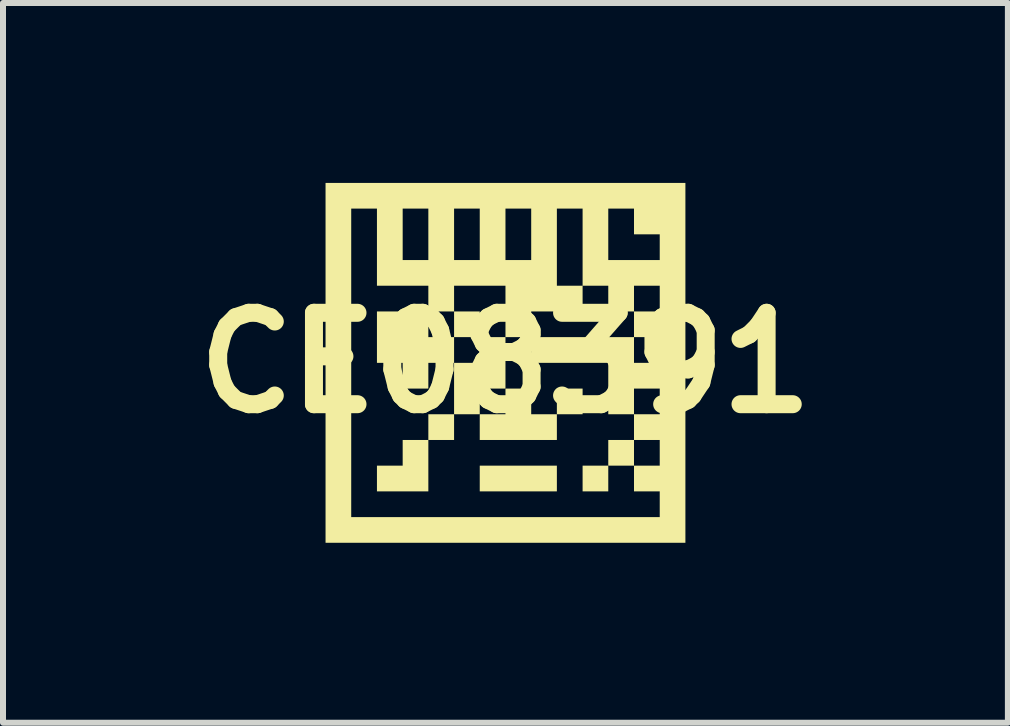
<source format=kicad_pcb>
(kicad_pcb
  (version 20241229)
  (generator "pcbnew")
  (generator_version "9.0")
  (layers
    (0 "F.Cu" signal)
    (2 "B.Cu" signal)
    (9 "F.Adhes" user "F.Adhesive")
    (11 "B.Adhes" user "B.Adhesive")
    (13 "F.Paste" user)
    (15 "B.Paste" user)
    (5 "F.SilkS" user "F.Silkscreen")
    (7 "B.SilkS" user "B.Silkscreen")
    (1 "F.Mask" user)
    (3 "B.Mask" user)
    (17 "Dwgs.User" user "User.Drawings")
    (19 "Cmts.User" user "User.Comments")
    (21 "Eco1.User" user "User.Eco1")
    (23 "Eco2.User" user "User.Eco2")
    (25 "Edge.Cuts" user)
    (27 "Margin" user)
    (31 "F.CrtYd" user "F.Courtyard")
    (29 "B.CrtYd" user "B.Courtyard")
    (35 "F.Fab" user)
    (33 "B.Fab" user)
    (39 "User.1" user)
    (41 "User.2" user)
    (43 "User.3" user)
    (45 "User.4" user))
  (footprint "CE08391"
    (layer "F.Cu")
    (at 5.378 3)
    (property "Reference" "CE08391" (at 0 0 0) (layer "F.SilkS") (effects (font (size 1.524 1.524) (thickness 0.3))))
    (attr board_only exclude_from_pos_files exclude_from_bom)
    (fp_poly (pts (xy -0.857 1.286) (xy -1.286 1.286) (xy -1.286 0.857) (xy -0.857 0.857)) (stroke (width 0) (type solid)) (fill yes) (layer "F.SilkS"))
    (fp_poly (pts (xy 0.857 2.143) (xy -0.429 2.143) (xy -0.429 1.714) (xy 0.857 1.714)) (stroke (width 0) (type solid)) (fill yes) (layer "F.SilkS"))
    (fp_poly (pts (xy 1.286 0.857) (xy 0.857 0.857) (xy 0.857 0.429) (xy 1.286 0.429)) (stroke (width 0) (type solid)) (fill yes) (layer "F.SilkS"))
    (fp_poly (pts (xy 1.714 2.143) (xy 1.286 2.143) (xy 1.286 1.714) (xy 1.714 1.714)) (stroke (width 0) (type solid)) (fill yes) (layer "F.SilkS"))
    (fp_poly (pts (xy 2.143 1.714) (xy 1.714 1.714) (xy 1.714 1.286) (xy 2.143 1.286)) (stroke (width 0) (type solid)) (fill yes) (layer "F.SilkS"))
    (fp_poly (pts (xy -1.286 2.143) (xy -2.143 2.143) (xy -2.143 1.714) (xy -1.714 1.714) (xy -1.714 1.286) (xy -1.286 1.286)) (stroke (width 0) (type solid)) (fill yes) (layer "F.SilkS"))
    (fp_poly (pts (xy 0.429 0.857) (xy 0.857 0.857) (xy 0.857 1.286) (xy -0.429 1.286) (xy -0.429 0.857) (xy 0 0.857) (xy 0 0.429) (xy 0.429 0.429)) (stroke (width 0) (type solid)) (fill yes) (layer "F.SilkS"))
    (fp_poly (pts (xy 0 -0.429) (xy 0 0.429) (xy -0.429 0.429) (xy -0.429 0.857) (xy -0.857 0.857) (xy -0.857 0) (xy -0.429 0) (xy -0.429 -0.429) (xy -0.857 -0.429) (xy -0.857 0) (xy -1.286 0) (xy -1.286 0.429) (xy -1.714 0.429) (xy -1.714 0) (xy -2.143 0) (xy -2.143 -0.857) (xy -1.286 -0.857) (xy -1.286 -0.429) (xy -0.857 -0.429) (xy -0.857 -0.857) (xy -0.429 -0.857) (xy -0.429 -0.429)) (stroke (width 0) (type solid)) (fill yes) (layer "F.SilkS"))
    (fp_poly (pts (xy 3 3) (xy -3 3) (xy -3 2.572) (xy -2.572 2.572) (xy 2.572 2.572) (xy 2.572 2.143) (xy 2.143 2.143) (xy 2.143 1.714) (xy 2.572 1.714) (xy 2.572 1.286) (xy 2.143 1.286) (xy 2.143 0.857) (xy 2.572 0.857) (xy 2.572 0.429) (xy 2.143 0.429) (xy 2.143 0.857) (xy 1.714 0.857) (xy 1.714 0) (xy 2.143 0) (xy 2.572 0) (xy 2.572 -0.429) (xy 2.143 -0.429) (xy 2.143 0) (xy 1.714 0) (xy 0.429 0) (xy 0.429 -0.429) (xy 2.143 -0.429) (xy 2.143 -0.857) (xy 2.572 -0.857) (xy 2.572 -1.286) (xy 2.143 -1.286) (xy 2.143 -0.857) (xy 1.714 -0.857) (xy 1.714 -1.286) (xy 1.286 -1.286) (xy 1.286 -0.857) (xy 0.429 -0.857) (xy 0.429 -0.429) (xy 0 -0.429) (xy 0 -1.286) (xy 0.857 -1.286) (xy 1.286 -1.286) (xy 1.286 -1.714) (xy 1.714 -1.714) (xy 2.572 -1.714) (xy 2.572 -2.143) (xy 2.143 -2.143) (xy 2.143 -2.572) (xy 1.714 -2.572) (xy 1.714 -1.714) (xy 1.286 -1.714) (xy 1.286 -2.572) (xy 0.857 -2.572) (xy 0.857 -1.286) (xy 0 -1.286) (xy -0.857 -1.286) (xy -0.857 -0.857) (xy -1.286 -0.857) (xy -1.286 -1.286) (xy -2.143 -1.286) (xy -2.143 -1.714) (xy -1.714 -1.714) (xy -1.286 -1.714) (xy -0.857 -1.714) (xy -0.429 -1.714) (xy 0 -1.714) (xy 0.429 -1.714) (xy 0.429 -2.572) (xy 0 -2.572) (xy 0 -1.714) (xy -0.429 -1.714) (xy -0.429 -2.572) (xy -0.857 -2.572) (xy -0.857 -1.714) (xy -1.286 -1.714) (xy -1.286 -2.572) (xy -1.714 -2.572) (xy -1.714 -1.714) (xy -2.143 -1.714) (xy -2.143 -2.572) (xy -2.572 -2.572) (xy -2.572 2.572) (xy -3 2.572) (xy -3 -3) (xy 3 -3)) (stroke (width 0) (type solid)) (fill yes) (layer "F.SilkS")))
  (gr_rect
    (start -3 -3)
    (end 13.755 9)
    (stroke (width 0.1) (type default))
    (fill no)
    (layer "Edge.Cuts")))
</source>
